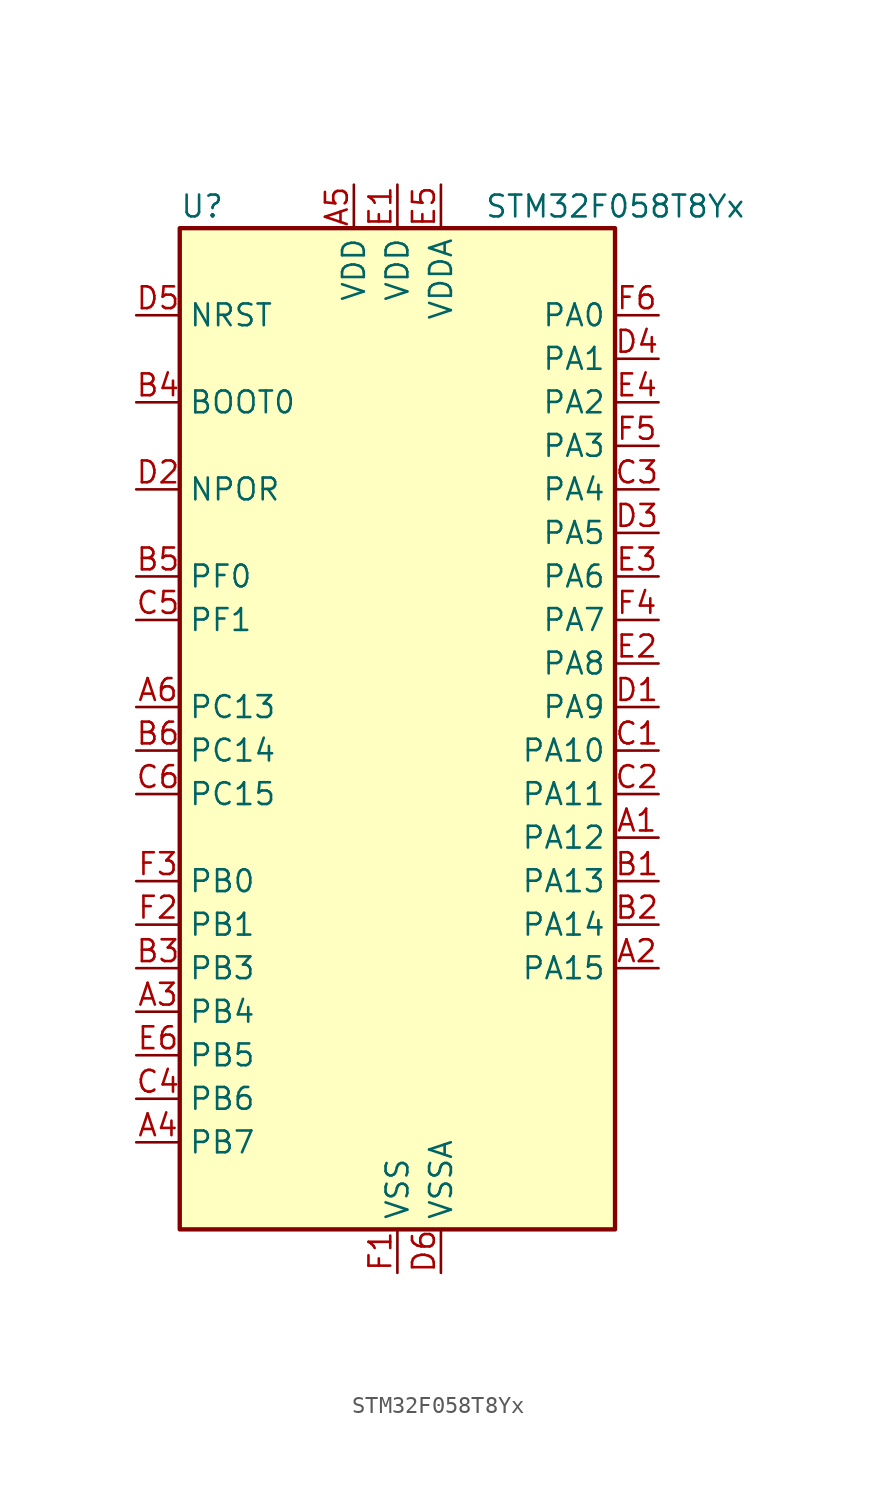
<source format=kicad_sym>
(kicad_symbol_lib
  (version 20241209)
  (generator "kicad_symbol_editor")
  (generator_version "9.0")
  (symbol "STM32F058T8Yx"
    (property "Reference" "U"
      (at -12.7 31.75 0)
      (effects (font (size 1.27 1.27)) (justify left)))
    (property "Value" "STM32F058T8Yx"
      (at 5.08 31.75 0)
      (effects (font (size 1.27 1.27)) (justify left)))
    (symbol "STM32F058T8Yx_0_1"
      (rectangle (start -12.7 -27.94) (end 12.7 30.48) (stroke (width 0.254) (type default)) (fill (type background))))
    (symbol "STM32F058T8Yx_1_1"
      (pin input line (at -15.24 25.4 0) (length 2.54) (name "NRST" (effects (font (size 1.27 1.27)))) (number "D5" (effects (font (size 1.27 1.27)))))
      (pin input line (at -15.24 20.32 0) (length 2.54) (name "BOOT0" (effects (font (size 1.27 1.27)))) (number "B4" (effects (font (size 1.27 1.27)))))
      (pin input line (at -15.24 15.24 0) (length 2.54) (name "NPOR" (effects (font (size 1.27 1.27)))) (number "D2" (effects (font (size 1.27 1.27)))))
      (pin bidirectional line (at -15.24 10.16 0) (length 2.54) (name "PF0" (effects (font (size 1.27 1.27)))) (number "B5" (effects (font (size 1.27 1.27)))) (alternate "RCC_OSC_IN" bidirectional line))
      (pin bidirectional line (at -15.24 7.62 0) (length 2.54) (name "PF1" (effects (font (size 1.27 1.27)))) (number "C5" (effects (font (size 1.27 1.27)))) (alternate "RCC_OSC_OUT" bidirectional line))
      (pin bidirectional line (at -15.24 2.54 0) (length 2.54) (name "PC13" (effects (font (size 1.27 1.27)))) (number "A6" (effects (font (size 1.27 1.27)))) (alternate "RTC_OUT_ALARM" bidirectional line) (alternate "RTC_OUT_CALIB" bidirectional line) (alternate "RTC_TAMP1" bidirectional line) (alternate "RTC_TS" bidirectional line) (alternate "SYS_WKUP2" bidirectional line))
      (pin bidirectional line (at -15.24 0 0) (length 2.54) (name "PC14" (effects (font (size 1.27 1.27)))) (number "B6" (effects (font (size 1.27 1.27)))) (alternate "RCC_OSC32_IN" bidirectional line))
      (pin bidirectional line (at -15.24 -2.54 0) (length 2.54) (name "PC15" (effects (font (size 1.27 1.27)))) (number "C6" (effects (font (size 1.27 1.27)))) (alternate "RCC_OSC32_OUT" bidirectional line))
      (pin bidirectional line (at -15.24 -7.62 0) (length 2.54) (name "PB0" (effects (font (size 1.27 1.27)))) (number "F3" (effects (font (size 1.27 1.27)))) (alternate "ADC_IN8" bidirectional line) (alternate "TIM1_CH2N" bidirectional line) (alternate "TIM3_CH3" bidirectional line) (alternate "TSC_G3_IO2" bidirectional line))
      (pin bidirectional line (at -15.24 -10.16 0) (length 2.54) (name "PB1" (effects (font (size 1.27 1.27)))) (number "F2" (effects (font (size 1.27 1.27)))) (alternate "ADC_IN9" bidirectional line) (alternate "TIM14_CH1" bidirectional line) (alternate "TIM1_CH3N" bidirectional line) (alternate "TIM3_CH4" bidirectional line) (alternate "TSC_G3_IO3" bidirectional line))
      (pin bidirectional line (at -15.24 -12.7 0) (length 2.54) (name "PB3" (effects (font (size 1.27 1.27)))) (number "B3" (effects (font (size 1.27 1.27)))) (alternate "I2S1_CK" bidirectional line) (alternate "SPI1_SCK" bidirectional line) (alternate "TIM2_CH2" bidirectional line) (alternate "TSC_G5_IO1" bidirectional line))
      (pin bidirectional line (at -15.24 -15.24 0) (length 2.54) (name "PB4" (effects (font (size 1.27 1.27)))) (number "A3" (effects (font (size 1.27 1.27)))) (alternate "I2S1_MCK" bidirectional line) (alternate "SPI1_MISO" bidirectional line) (alternate "TIM3_CH1" bidirectional line) (alternate "TSC_G5_IO2" bidirectional line))
      (pin bidirectional line (at -15.24 -17.78 0) (length 2.54) (name "PB5" (effects (font (size 1.27 1.27)))) (number "E6" (effects (font (size 1.27 1.27)))) (alternate "I2C1_SMBA" bidirectional line) (alternate "I2S1_SD" bidirectional line) (alternate "SPI1_MOSI" bidirectional line) (alternate "TIM16_BKIN" bidirectional line) (alternate "TIM3_CH2" bidirectional line))
      (pin bidirectional line (at -15.24 -20.32 0) (length 2.54) (name "PB6" (effects (font (size 1.27 1.27)))) (number "C4" (effects (font (size 1.27 1.27)))) (alternate "I2C1_SCL" bidirectional line) (alternate "TIM16_CH1N" bidirectional line) (alternate "TSC_G5_IO3" bidirectional line) (alternate "USART1_TX" bidirectional line))
      (pin bidirectional line (at -15.24 -22.86 0) (length 2.54) (name "PB7" (effects (font (size 1.27 1.27)))) (number "A4" (effects (font (size 1.27 1.27)))) (alternate "I2C1_SDA" bidirectional line) (alternate "TIM17_CH1N" bidirectional line) (alternate "TSC_G5_IO4" bidirectional line) (alternate "USART1_RX" bidirectional line))
      (pin power_in line (at -2.54 33.02 270) (length 2.54) (name "VDD" (effects (font (size 1.27 1.27)))) (number "A5" (effects (font (size 1.27 1.27)))))
      (pin power_in line (at 0 33.02 270) (length 2.54) (name "VDD" (effects (font (size 1.27 1.27)))) (number "E1" (effects (font (size 1.27 1.27)))))
      (pin power_in line (at 0 -30.48 90) (length 2.54) (name "VSS" (effects (font (size 1.27 1.27)))) (number "F1" (effects (font (size 1.27 1.27)))))
      (pin power_in line (at 2.54 33.02 270) (length 2.54) (name "VDDA" (effects (font (size 1.27 1.27)))) (number "E5" (effects (font (size 1.27 1.27)))))
      (pin power_in line (at 2.54 -30.48 90) (length 2.54) (name "VSSA" (effects (font (size 1.27 1.27)))) (number "D6" (effects (font (size 1.27 1.27)))))
      (pin bidirectional line (at 15.24 25.4 180) (length 2.54) (name "PA0" (effects (font (size 1.27 1.27)))) (number "F6" (effects (font (size 1.27 1.27)))) (alternate "ADC_IN0" bidirectional line) (alternate "COMP1_INM" bidirectional line) (alternate "COMP1_OUT" bidirectional line) (alternate "RTC_TAMP2" bidirectional line) (alternate "SYS_WKUP1" bidirectional line) (alternate "TIM2_CH1" bidirectional line) (alternate "TIM2_ETR" bidirectional line) (alternate "TSC_G1_IO1" bidirectional line) (alternate "USART2_CTS" bidirectional line))
      (pin bidirectional line (at 15.24 22.86 180) (length 2.54) (name "PA1" (effects (font (size 1.27 1.27)))) (number "D4" (effects (font (size 1.27 1.27)))) (alternate "ADC_IN1" bidirectional line) (alternate "COMP1_INP" bidirectional line) (alternate "TIM2_CH2" bidirectional line) (alternate "TSC_G1_IO2" bidirectional line) (alternate "USART2_DE" bidirectional line) (alternate "USART2_RTS" bidirectional line))
      (pin bidirectional line (at 15.24 20.32 180) (length 2.54) (name "PA2" (effects (font (size 1.27 1.27)))) (number "E4" (effects (font (size 1.27 1.27)))) (alternate "ADC_IN2" bidirectional line) (alternate "COMP2_INM" bidirectional line) (alternate "COMP2_OUT" bidirectional line) (alternate "TIM15_CH1" bidirectional line) (alternate "TIM2_CH3" bidirectional line) (alternate "TSC_G1_IO3" bidirectional line) (alternate "USART2_TX" bidirectional line))
      (pin bidirectional line (at 15.24 17.78 180) (length 2.54) (name "PA3" (effects (font (size 1.27 1.27)))) (number "F5" (effects (font (size 1.27 1.27)))) (alternate "ADC_IN3" bidirectional line) (alternate "COMP2_INP" bidirectional line) (alternate "TIM15_CH2" bidirectional line) (alternate "TIM2_CH4" bidirectional line) (alternate "TSC_G1_IO4" bidirectional line) (alternate "USART2_RX" bidirectional line))
      (pin bidirectional line (at 15.24 15.24 180) (length 2.54) (name "PA4" (effects (font (size 1.27 1.27)))) (number "C3" (effects (font (size 1.27 1.27)))) (alternate "ADC_IN4" bidirectional line) (alternate "COMP1_INM" bidirectional line) (alternate "COMP2_INM" bidirectional line) (alternate "DAC1_OUT1" bidirectional line) (alternate "I2S1_WS" bidirectional line) (alternate "SPI1_NSS" bidirectional line) (alternate "TIM14_CH1" bidirectional line) (alternate "TSC_G2_IO1" bidirectional line) (alternate "USART2_CK" bidirectional line))
      (pin bidirectional line (at 15.24 12.7 180) (length 2.54) (name "PA5" (effects (font (size 1.27 1.27)))) (number "D3" (effects (font (size 1.27 1.27)))) (alternate "ADC_IN5" bidirectional line) (alternate "CEC" bidirectional line) (alternate "COMP1_INM" bidirectional line) (alternate "COMP2_INM" bidirectional line) (alternate "I2S1_CK" bidirectional line) (alternate "SPI1_SCK" bidirectional line) (alternate "TIM2_CH1" bidirectional line) (alternate "TIM2_ETR" bidirectional line) (alternate "TSC_G2_IO2" bidirectional line))
      (pin bidirectional line (at 15.24 10.16 180) (length 2.54) (name "PA6" (effects (font (size 1.27 1.27)))) (number "E3" (effects (font (size 1.27 1.27)))) (alternate "ADC_IN6" bidirectional line) (alternate "COMP1_OUT" bidirectional line) (alternate "I2S1_MCK" bidirectional line) (alternate "SPI1_MISO" bidirectional line) (alternate "TIM16_CH1" bidirectional line) (alternate "TIM1_BKIN" bidirectional line) (alternate "TIM3_CH1" bidirectional line) (alternate "TSC_G2_IO3" bidirectional line))
      (pin bidirectional line (at 15.24 7.62 180) (length 2.54) (name "PA7" (effects (font (size 1.27 1.27)))) (number "F4" (effects (font (size 1.27 1.27)))) (alternate "ADC_IN7" bidirectional line) (alternate "COMP2_OUT" bidirectional line) (alternate "I2S1_SD" bidirectional line) (alternate "SPI1_MOSI" bidirectional line) (alternate "TIM14_CH1" bidirectional line) (alternate "TIM17_CH1" bidirectional line) (alternate "TIM1_CH1N" bidirectional line) (alternate "TIM3_CH2" bidirectional line) (alternate "TSC_G2_IO4" bidirectional line))
      (pin bidirectional line (at 15.24 5.08 180) (length 2.54) (name "PA8" (effects (font (size 1.27 1.27)))) (number "E2" (effects (font (size 1.27 1.27)))) (alternate "RCC_MCO" bidirectional line) (alternate "TIM1_CH1" bidirectional line) (alternate "USART1_CK" bidirectional line))
      (pin bidirectional line (at 15.24 2.54 180) (length 2.54) (name "PA9" (effects (font (size 1.27 1.27)))) (number "D1" (effects (font (size 1.27 1.27)))) (alternate "DAC1_EXTI9" bidirectional line) (alternate "TIM15_BKIN" bidirectional line) (alternate "TIM1_CH2" bidirectional line) (alternate "TSC_G4_IO1" bidirectional line) (alternate "USART1_TX" bidirectional line))
      (pin bidirectional line (at 15.24 0 180) (length 2.54) (name "PA10" (effects (font (size 1.27 1.27)))) (number "C1" (effects (font (size 1.27 1.27)))) (alternate "TIM17_BKIN" bidirectional line) (alternate "TIM1_CH3" bidirectional line) (alternate "TSC_G4_IO2" bidirectional line) (alternate "USART1_RX" bidirectional line))
      (pin bidirectional line (at 15.24 -2.54 180) (length 2.54) (name "PA11" (effects (font (size 1.27 1.27)))) (number "C2" (effects (font (size 1.27 1.27)))) (alternate "COMP1_OUT" bidirectional line) (alternate "TIM1_CH4" bidirectional line) (alternate "TSC_G4_IO3" bidirectional line) (alternate "USART1_CTS" bidirectional line))
      (pin bidirectional line (at 15.24 -5.08 180) (length 2.54) (name "PA12" (effects (font (size 1.27 1.27)))) (number "A1" (effects (font (size 1.27 1.27)))) (alternate "COMP2_OUT" bidirectional line) (alternate "TIM1_ETR" bidirectional line) (alternate "TSC_G4_IO4" bidirectional line) (alternate "USART1_DE" bidirectional line) (alternate "USART1_RTS" bidirectional line))
      (pin bidirectional line (at 15.24 -7.62 180) (length 2.54) (name "PA13" (effects (font (size 1.27 1.27)))) (number "B1" (effects (font (size 1.27 1.27)))) (alternate "IR_OUT" bidirectional line) (alternate "SYS_SWDIO" bidirectional line))
      (pin bidirectional line (at 15.24 -10.16 180) (length 2.54) (name "PA14" (effects (font (size 1.27 1.27)))) (number "B2" (effects (font (size 1.27 1.27)))) (alternate "SYS_SWCLK" bidirectional line) (alternate "USART2_TX" bidirectional line))
      (pin bidirectional line (at 15.24 -12.7 180) (length 2.54) (name "PA15" (effects (font (size 1.27 1.27)))) (number "A2" (effects (font (size 1.27 1.27)))) (alternate "I2S1_WS" bidirectional line) (alternate "SPI1_NSS" bidirectional line) (alternate "TIM2_CH1" bidirectional line) (alternate "TIM2_ETR" bidirectional line) (alternate "USART2_RX" bidirectional line)))))
</source>
